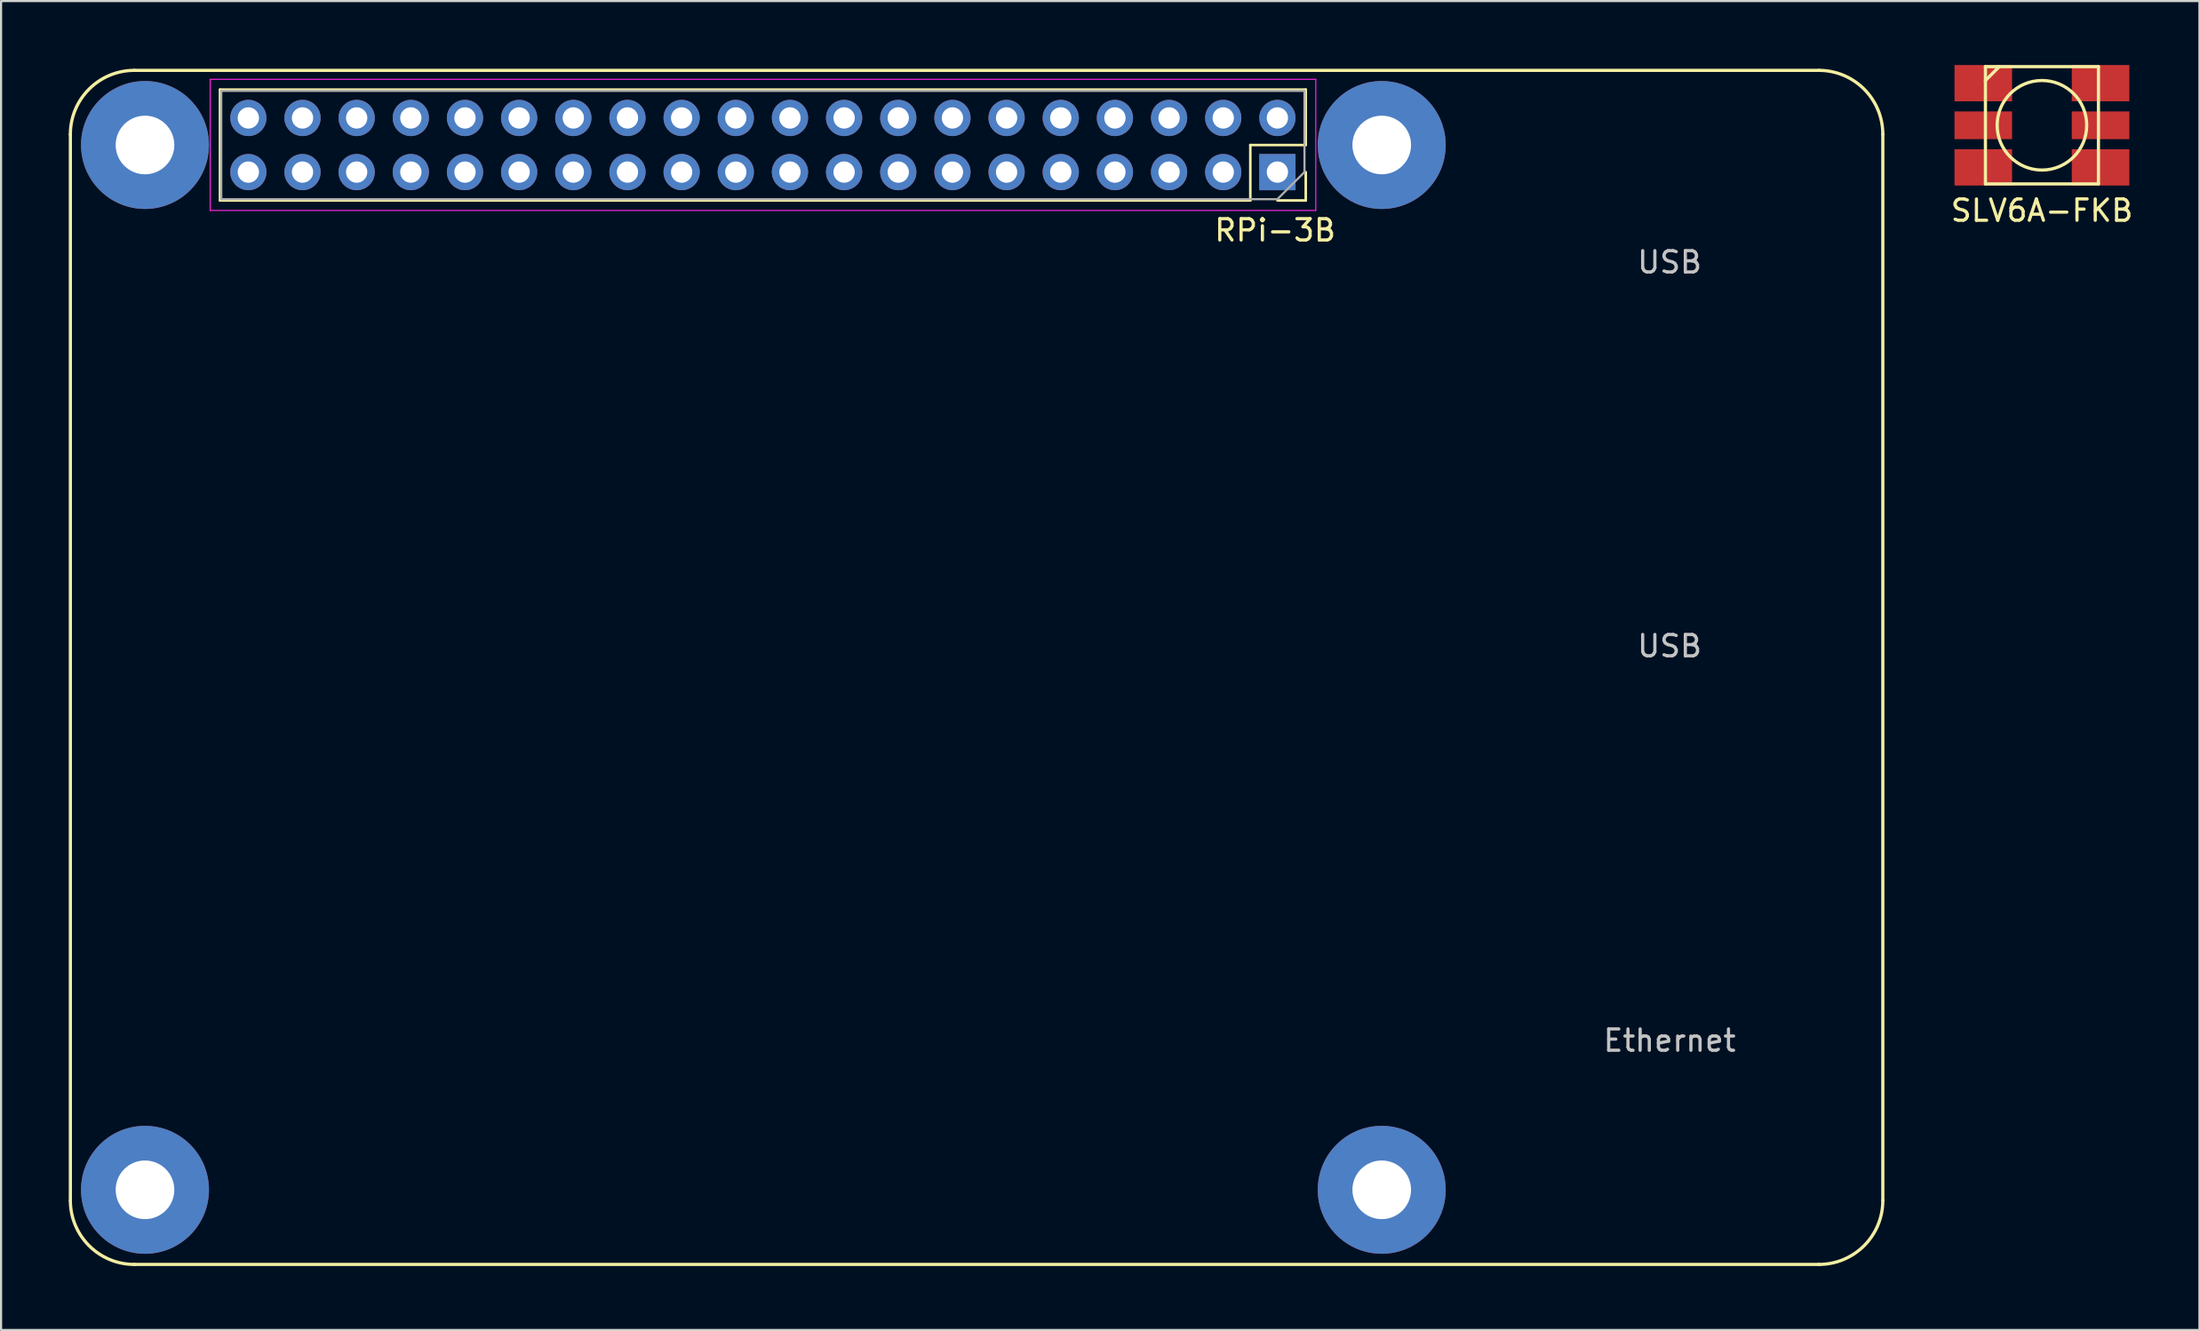
<source format=kicad_pcb>
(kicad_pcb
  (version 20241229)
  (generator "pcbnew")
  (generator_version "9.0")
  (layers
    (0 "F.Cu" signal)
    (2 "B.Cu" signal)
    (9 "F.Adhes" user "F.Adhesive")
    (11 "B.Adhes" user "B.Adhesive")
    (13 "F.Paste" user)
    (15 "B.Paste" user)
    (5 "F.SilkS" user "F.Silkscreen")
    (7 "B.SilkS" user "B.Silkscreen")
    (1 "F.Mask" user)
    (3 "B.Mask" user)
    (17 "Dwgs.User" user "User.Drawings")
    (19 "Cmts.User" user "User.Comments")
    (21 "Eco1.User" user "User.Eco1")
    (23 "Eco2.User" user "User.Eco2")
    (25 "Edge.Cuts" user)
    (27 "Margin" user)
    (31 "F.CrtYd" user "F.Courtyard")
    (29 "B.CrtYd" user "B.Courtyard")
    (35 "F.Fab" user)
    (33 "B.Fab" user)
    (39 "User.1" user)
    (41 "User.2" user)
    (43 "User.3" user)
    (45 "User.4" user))
  (footprint "RPi-3B"
    (layer "F.Cu")
    (at 0.25 0.25)
    (property "Reference" "RPi-3B" (at 56.5 7.5 0) (layer "F.SilkS") (effects (font (size 1 1) (thickness 0.15))))
    (attr through_hole)
    (fp_line (start 0 3) (end 0 53) (stroke (width 0.15) (type solid)) (layer "F.SilkS"))
    (fp_line (start 7.017 6.101) (end 7.017 0.901) (stroke (width 0.12) (type solid)) (layer "F.SilkS"))
    (fp_line (start 55.337 3.501) (end 57.937 3.501) (stroke (width 0.12) (type solid)) (layer "F.SilkS"))
    (fp_line (start 55.337 6.101) (end 7.017 6.101) (stroke (width 0.12) (type solid)) (layer "F.SilkS"))
    (fp_line (start 55.337 6.101) (end 55.337 3.501) (stroke (width 0.12) (type solid)) (layer "F.SilkS"))
    (fp_line (start 56.607 6.101) (end 57.937 6.101) (stroke (width 0.12) (type solid)) (layer "F.SilkS"))
    (fp_line (start 57.937 0.901) (end 7.017 0.901) (stroke (width 0.12) (type solid)) (layer "F.SilkS"))
    (fp_line (start 57.937 3.501) (end 57.937 0.901) (stroke (width 0.12) (type solid)) (layer "F.SilkS"))
    (fp_line (start 57.937 6.101) (end 57.937 4.771) (stroke (width 0.12) (type solid)) (layer "F.SilkS"))
    (fp_line (start 82 0) (end 3 0) (stroke (width 0.15) (type solid)) (layer "F.SilkS"))
    (fp_line (start 82 56) (end 3 56) (stroke (width 0.15) (type solid)) (layer "F.SilkS"))
    (fp_line (start 85 53) (end 85 3) (stroke (width 0.15) (type solid)) (layer "F.SilkS"))
    (fp_arc (start 0 3) (mid 0.87868 0.87868) (end 3 0) (stroke (width 0.15) (type solid)) (layer "F.SilkS"))
    (fp_arc (start 3 56) (mid 0.87868 55.12132) (end 0 53) (stroke (width 0.15) (type solid)) (layer "F.SilkS"))
    (fp_arc (start 82 0) (mid 84.12132 0.87868) (end 85 3) (stroke (width 0.15) (type solid)) (layer "F.SilkS"))
    (fp_arc (start 85 53) (mid 84.12132 55.12132) (end 82 56) (stroke (width 0.15) (type solid)) (layer "F.SilkS"))
    (fp_line (start 6.557 0.421) (end 58.407 0.421) (stroke (width 0.05) (type solid)) (layer "F.CrtYd"))
    (fp_line (start 6.557 6.571) (end 6.557 0.421) (stroke (width 0.05) (type solid)) (layer "F.CrtYd"))
    (fp_line (start 58.407 0.421) (end 58.407 6.571) (stroke (width 0.05) (type solid)) (layer "F.CrtYd"))
    (fp_line (start 58.407 6.571) (end 6.557 6.571) (stroke (width 0.05) (type solid)) (layer "F.CrtYd"))
    (fp_line (start 7.077 0.961) (end 7.077 6.041) (stroke (width 0.1) (type solid)) (layer "F.Fab"))
    (fp_line (start 7.077 6.041) (end 56.607 6.041) (stroke (width 0.1) (type solid)) (layer "F.Fab"))
    (fp_line (start 56.607 6.041) (end 57.877 4.771) (stroke (width 0.1) (type solid)) (layer "F.Fab"))
    (fp_line (start 57.877 0.961) (end 7.077 0.961) (stroke (width 0.1) (type solid)) (layer "F.Fab"))
    (fp_line (start 57.877 4.771) (end 57.877 0.961) (stroke (width 0.1) (type solid)) (layer "F.Fab"))
    (fp_text user "USB" (at 75 27 0) (layer "Dwgs.User") (effects (font (size 1 1) (thickness 0.15))))
    (fp_text user "Ethernet" (at 75 45.5 0) (layer "Dwgs.User") (effects (font (size 1 1) (thickness 0.15))))
    (fp_text user "USB" (at 75 9 0) (layer "Dwgs.User") (effects (font (size 1 1) (thickness 0.15))))
    (pad "" thru_hole circle (at 3.5 3.5) (size 6 6) (drill 2.75) (layers "*.Cu" "*.Mask"))
    (pad "" thru_hole circle (at 3.5 52.5) (size 6 6) (drill 2.75) (layers "*.Cu" "*.Mask"))
    (pad "" thru_hole circle (at 61.5 3.5) (size 6 6) (drill 2.75) (layers "*.Cu" "*.Mask"))
    (pad "" thru_hole circle (at 61.5 52.5) (size 6 6) (drill 2.75) (layers "*.Cu" "*.Mask"))
    (pad "1" thru_hole rect (at 56.607 4.771 270) (size 1.7 1.7) (drill 1) (layers "*.Cu" "*.Mask"))
    (pad "2" thru_hole oval (at 56.607 2.231 270) (size 1.7 1.7) (drill 1) (layers "*.Cu" "*.Mask"))
    (pad "3" thru_hole oval (at 54.067 4.771 270) (size 1.7 1.7) (drill 1) (layers "*.Cu" "*.Mask"))
    (pad "4" thru_hole oval (at 54.067 2.231 270) (size 1.7 1.7) (drill 1) (layers "*.Cu" "*.Mask"))
    (pad "5" thru_hole oval (at 51.527 4.771 270) (size 1.7 1.7) (drill 1) (layers "*.Cu" "*.Mask"))
    (pad "6" thru_hole oval (at 51.527 2.231 270) (size 1.7 1.7) (drill 1) (layers "*.Cu" "*.Mask"))
    (pad "7" thru_hole oval (at 48.987 4.771 270) (size 1.7 1.7) (drill 1) (layers "*.Cu" "*.Mask"))
    (pad "8" thru_hole oval (at 48.987 2.231 270) (size 1.7 1.7) (drill 1) (layers "*.Cu" "*.Mask"))
    (pad "9" thru_hole oval (at 46.447 4.771 270) (size 1.7 1.7) (drill 1) (layers "*.Cu" "*.Mask"))
    (pad "10" thru_hole oval (at 46.447 2.231 270) (size 1.7 1.7) (drill 1) (layers "*.Cu" "*.Mask"))
    (pad "11" thru_hole oval (at 43.907 4.771 270) (size 1.7 1.7) (drill 1) (layers "*.Cu" "*.Mask"))
    (pad "12" thru_hole oval (at 43.907 2.231 270) (size 1.7 1.7) (drill 1) (layers "*.Cu" "*.Mask"))
    (pad "13" thru_hole oval (at 41.367 4.771 270) (size 1.7 1.7) (drill 1) (layers "*.Cu" "*.Mask"))
    (pad "14" thru_hole oval (at 41.367 2.231 270) (size 1.7 1.7) (drill 1) (layers "*.Cu" "*.Mask"))
    (pad "15" thru_hole oval (at 38.827 4.771 270) (size 1.7 1.7) (drill 1) (layers "*.Cu" "*.Mask"))
    (pad "16" thru_hole oval (at 38.827 2.231 270) (size 1.7 1.7) (drill 1) (layers "*.Cu" "*.Mask"))
    (pad "17" thru_hole oval (at 36.287 4.771 270) (size 1.7 1.7) (drill 1) (layers "*.Cu" "*.Mask"))
    (pad "18" thru_hole oval (at 36.287 2.231 270) (size 1.7 1.7) (drill 1) (layers "*.Cu" "*.Mask"))
    (pad "19" thru_hole oval (at 33.747 4.771 270) (size 1.7 1.7) (drill 1) (layers "*.Cu" "*.Mask"))
    (pad "20" thru_hole oval (at 33.747 2.231 270) (size 1.7 1.7) (drill 1) (layers "*.Cu" "*.Mask"))
    (pad "21" thru_hole oval (at 31.207 4.771 270) (size 1.7 1.7) (drill 1) (layers "*.Cu" "*.Mask"))
    (pad "22" thru_hole oval (at 31.207 2.231 270) (size 1.7 1.7) (drill 1) (layers "*.Cu" "*.Mask"))
    (pad "23" thru_hole oval (at 28.667 4.771 270) (size 1.7 1.7) (drill 1) (layers "*.Cu" "*.Mask"))
    (pad "24" thru_hole oval (at 28.667 2.231 270) (size 1.7 1.7) (drill 1) (layers "*.Cu" "*.Mask"))
    (pad "25" thru_hole oval (at 26.127 4.771 270) (size 1.7 1.7) (drill 1) (layers "*.Cu" "*.Mask"))
    (pad "26" thru_hole oval (at 26.127 2.231 270) (size 1.7 1.7) (drill 1) (layers "*.Cu" "*.Mask"))
    (pad "27" thru_hole oval (at 23.587 4.771 270) (size 1.7 1.7) (drill 1) (layers "*.Cu" "*.Mask"))
    (pad "28" thru_hole oval (at 23.587 2.231 270) (size 1.7 1.7) (drill 1) (layers "*.Cu" "*.Mask"))
    (pad "29" thru_hole oval (at 21.047 4.771 270) (size 1.7 1.7) (drill 1) (layers "*.Cu" "*.Mask"))
    (pad "30" thru_hole oval (at 21.047 2.231 270) (size 1.7 1.7) (drill 1) (layers "*.Cu" "*.Mask"))
    (pad "31" thru_hole oval (at 18.507 4.771 270) (size 1.7 1.7) (drill 1) (layers "*.Cu" "*.Mask"))
    (pad "32" thru_hole oval (at 18.507 2.231 270) (size 1.7 1.7) (drill 1) (layers "*.Cu" "*.Mask"))
    (pad "33" thru_hole oval (at 15.967 4.771 270) (size 1.7 1.7) (drill 1) (layers "*.Cu" "*.Mask"))
    (pad "34" thru_hole oval (at 15.967 2.231 270) (size 1.7 1.7) (drill 1) (layers "*.Cu" "*.Mask"))
    (pad "35" thru_hole oval (at 13.427 4.771 270) (size 1.7 1.7) (drill 1) (layers "*.Cu" "*.Mask"))
    (pad "36" thru_hole oval (at 13.427 2.231 270) (size 1.7 1.7) (drill 1) (layers "*.Cu" "*.Mask"))
    (pad "37" thru_hole oval (at 10.887 4.771 270) (size 1.7 1.7) (drill 1) (layers "*.Cu" "*.Mask"))
    (pad "38" thru_hole oval (at 10.887 2.231 270) (size 1.7 1.7) (drill 1) (layers "*.Cu" "*.Mask"))
    (pad "39" thru_hole oval (at 8.347 4.771 270) (size 1.7 1.7) (drill 1) (layers "*.Cu" "*.Mask"))
    (pad "40" thru_hole oval (at 8.347 2.231 270) (size 1.7 1.7) (drill 1) (layers "*.Cu" "*.Mask")))
  (footprint "SLV6A-FKB"
    (layer "F.Cu")
    (at 92.712 2.825)
    (property "Reference" "SLV6A-FKB" (at 0 4 0) (layer "F.SilkS") (effects (font (size 1 1) (thickness 0.15))))
    (attr through_hole)
    (fp_line (start -2.65 -2.75) (end 2.65 -2.75) (stroke (width 0.15) (type solid)) (layer "F.SilkS"))
    (fp_line (start -2.65 2.75) (end -2.65 -2.75) (stroke (width 0.15) (type solid)) (layer "F.SilkS"))
    (fp_line (start -2 -2.75) (end -2.65 -2.1) (stroke (width 0.15) (type solid)) (layer "F.SilkS"))
    (fp_line (start 2.65 -2.75) (end 2.65 2.75) (stroke (width 0.15) (type solid)) (layer "F.SilkS"))
    (fp_line (start 2.65 2.75) (end -2.65 2.75) (stroke (width 0.15) (type solid)) (layer "F.SilkS"))
    (fp_circle (center 0 0) (end 0 -2.1) (stroke (width 0.15) (type solid)) (fill no) (layer "F.SilkS"))
    (pad "1" smd rect (at -2.75 1.975) (size 2.7 1.7) (layers "F.Cu" "F.Mask" "F.Paste"))
    (pad "2" smd rect (at -2.75 0) (size 2.7 1.3) (layers "F.Cu" "F.Mask" "F.Paste"))
    (pad "3" smd rect (at -2.75 -1.975) (size 2.7 1.7) (layers "F.Cu" "F.Mask" "F.Paste"))
    (pad "4" smd rect (at 2.75 -1.975) (size 2.7 1.7) (layers "F.Cu" "F.Mask" "F.Paste"))
    (pad "5" smd rect (at 2.75 0) (size 2.7 1.3) (layers "F.Cu" "F.Mask" "F.Paste"))
    (pad "6" smd rect (at 2.75 1.975) (size 2.7 1.7) (layers "F.Cu" "F.Mask" "F.Paste")))
  (gr_rect
    (start -3 -3)
    (end 100.099 59.325)
    (stroke (width 0.1) (type default))
    (fill no)
    (layer "Edge.Cuts")))
</source>
